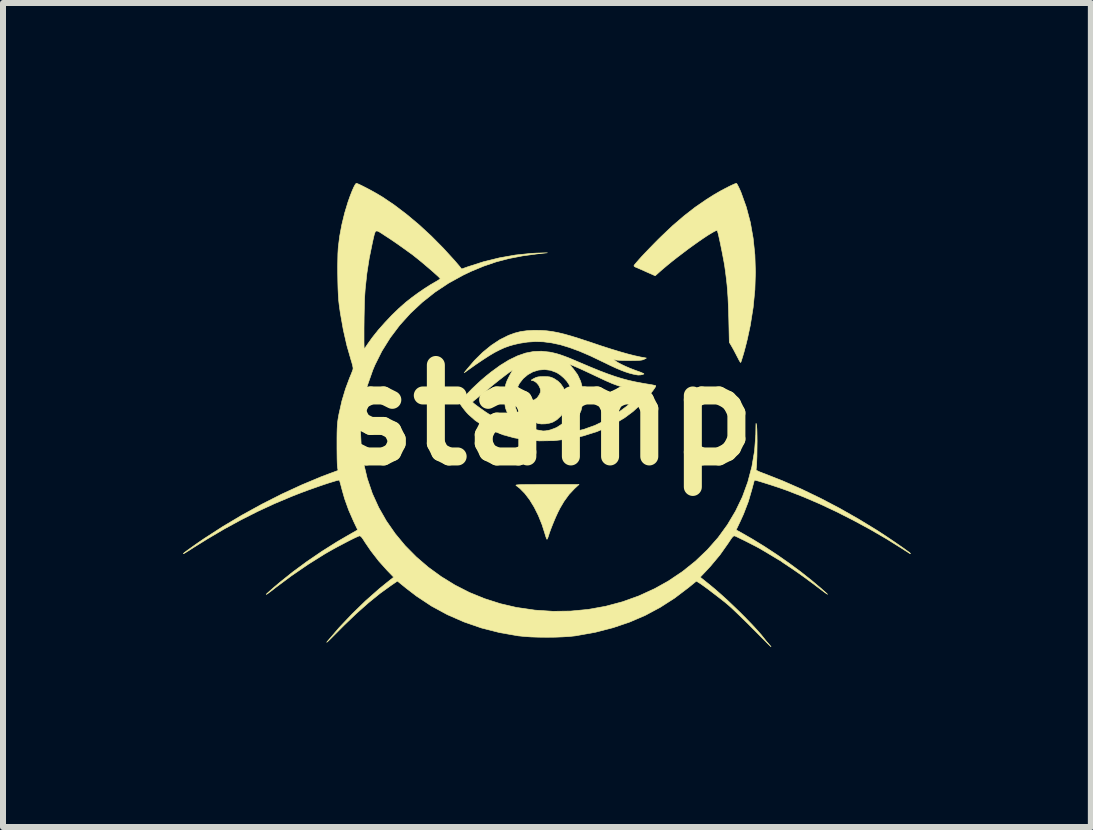
<source format=kicad_pcb>
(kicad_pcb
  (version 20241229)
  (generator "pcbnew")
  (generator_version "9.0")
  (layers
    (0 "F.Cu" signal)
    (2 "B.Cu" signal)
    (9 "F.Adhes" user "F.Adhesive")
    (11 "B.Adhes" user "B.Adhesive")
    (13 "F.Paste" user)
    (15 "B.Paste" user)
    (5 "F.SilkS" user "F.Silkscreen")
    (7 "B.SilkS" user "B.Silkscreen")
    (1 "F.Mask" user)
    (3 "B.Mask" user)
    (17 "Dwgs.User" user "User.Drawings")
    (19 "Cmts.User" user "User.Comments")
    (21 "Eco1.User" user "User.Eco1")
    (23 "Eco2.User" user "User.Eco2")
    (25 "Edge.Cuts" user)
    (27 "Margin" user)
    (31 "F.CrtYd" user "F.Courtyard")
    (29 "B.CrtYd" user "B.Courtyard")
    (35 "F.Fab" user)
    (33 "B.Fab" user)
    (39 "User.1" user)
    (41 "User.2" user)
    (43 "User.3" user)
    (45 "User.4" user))
  (footprint "stamp"
    (layer "F.Cu")
    (at 6.063 3.866)
    (property "Reference" "stamp" (at 0 0 0) (layer "F.SilkS") (effects (font (size 1.524 1.524) (thickness 0.3))))
    (attr through_hole)
    (fp_poly (pts (xy 0.458 1.227) (xy 0.368 1.323) (xy 0.284 1.439) (xy 0.219 1.549) (xy 0.185 1.616) (xy 0.147 1.698) (xy 0.109 1.788) (xy 0.073 1.878) (xy 0.043 1.959) (xy 0.031 1.997) (xy 0.018 2.036) (xy 0.007 2.062) (xy 0.001 2.07) (xy -0.006 2.059) (xy -0.017 2.029) (xy -0.03 1.988) (xy -0.031 1.984) (xy -0.082 1.824) (xy -0.143 1.673) (xy -0.212 1.535) (xy -0.288 1.411) (xy -0.369 1.305) (xy -0.453 1.22) (xy -0.508 1.178) (xy -0.515 1.173) (xy -0.516 1.169) (xy -0.51 1.165) (xy -0.495 1.163) (xy -0.469 1.161) (xy -0.429 1.159) (xy -0.373 1.158) (xy -0.3 1.157) (xy -0.207 1.157) (xy -0.092 1.156) (xy -0.002 1.156) (xy 0.535 1.156) (xy 0.458 1.227)) (stroke (width 0.01) (type solid)) (fill yes) (layer "F.SilkS"))
    (fp_poly (pts (xy 0.006 -0.64) (xy 0.046 -0.636) (xy 0.079 -0.626) (xy 0.115 -0.61) (xy 0.125 -0.604) (xy 0.183 -0.566) (xy 0.229 -0.521) (xy 0.27 -0.462) (xy 0.289 -0.427) (xy 0.306 -0.391) (xy 0.316 -0.357) (xy 0.321 -0.317) (xy 0.323 -0.262) (xy 0.323 -0.248) (xy 0.322 -0.188) (xy 0.318 -0.146) (xy 0.309 -0.112) (xy 0.294 -0.077) (xy 0.29 -0.07) (xy 0.236 0.011) (xy 0.167 0.076) (xy 0.103 0.115) (xy 0.046 0.134) (xy -0.023 0.146) (xy -0.091 0.148) (xy -0.146 0.141) (xy -0.228 0.107) (xy -0.302 0.053) (xy -0.364 -0.019) (xy -0.394 -0.07) (xy -0.407 -0.107) (xy -0.418 -0.154) (xy -0.427 -0.205) (xy -0.432 -0.256) (xy -0.433 -0.3) (xy -0.43 -0.331) (xy -0.422 -0.343) (xy -0.422 -0.343) (xy -0.407 -0.332) (xy -0.4 -0.318) (xy -0.381 -0.29) (xy -0.345 -0.265) (xy -0.302 -0.247) (xy -0.267 -0.241) (xy -0.21 -0.253) (xy -0.161 -0.288) (xy -0.125 -0.341) (xy -0.109 -0.378) (xy -0.105 -0.407) (xy -0.111 -0.439) (xy -0.114 -0.448) (xy -0.138 -0.498) (xy -0.174 -0.54) (xy -0.215 -0.568) (xy -0.239 -0.574) (xy -0.257 -0.577) (xy -0.26 -0.583) (xy -0.244 -0.594) (xy -0.216 -0.61) (xy -0.182 -0.626) (xy -0.148 -0.636) (xy -0.105 -0.64) (xy -0.051 -0.641) (xy 0.006 -0.64)) (stroke (width 0.01) (type solid)) (fill yes) (layer "F.SilkS"))
    (fp_poly (pts (xy -0.09 -1.41) (xy -0.002 -1.404) (xy 0.088 -1.392) (xy 0.184 -1.374) (xy 0.288 -1.349) (xy 0.405 -1.316) (xy 0.537 -1.275) (xy 0.689 -1.225) (xy 0.711 -1.218) (xy 0.9 -1.154) (xy 1.068 -1.1) (xy 1.216 -1.055) (xy 1.346 -1.018) (xy 1.461 -0.989) (xy 1.562 -0.967) (xy 1.607 -0.959) (xy 1.657 -0.95) (xy 1.619 -0.929) (xy 1.599 -0.921) (xy 1.571 -0.915) (xy 1.531 -0.911) (xy 1.475 -0.909) (xy 1.398 -0.908) (xy 1.391 -0.908) (xy 1.32 -0.909) (xy 1.254 -0.91) (xy 1.201 -0.913) (xy 1.164 -0.916) (xy 1.156 -0.917) (xy 1.111 -0.927) (xy 1.143 -0.901) (xy 1.181 -0.876) (xy 1.237 -0.846) (xy 1.307 -0.813) (xy 1.383 -0.78) (xy 1.461 -0.75) (xy 1.502 -0.735) (xy 1.552 -0.717) (xy 1.59 -0.701) (xy 1.613 -0.69) (xy 1.616 -0.685) (xy 1.594 -0.676) (xy 1.559 -0.669) (xy 1.522 -0.667) (xy 1.505 -0.669) (xy 1.437 -0.682) (xy 1.372 -0.699) (xy 1.304 -0.721) (xy 1.231 -0.749) (xy 1.148 -0.784) (xy 1.051 -0.829) (xy 0.936 -0.885) (xy 0.919 -0.893) (xy 0.723 -0.987) (xy 0.544 -1.064) (xy 0.378 -1.125) (xy 0.224 -1.172) (xy 0.079 -1.203) (xy -0.059 -1.221) (xy -0.194 -1.225) (xy -0.327 -1.216) (xy -0.461 -1.195) (xy -0.468 -1.193) (xy -0.551 -1.174) (xy -0.631 -1.151) (xy -0.708 -1.123) (xy -0.787 -1.087) (xy -0.871 -1.044) (xy -0.962 -0.99) (xy -1.064 -0.924) (xy -1.18 -0.846) (xy -1.308 -0.755) (xy -1.378 -0.705) (xy -1.333 -0.762) (xy -1.206 -0.911) (xy -1.07 -1.045) (xy -0.929 -1.16) (xy -0.786 -1.255) (xy -0.644 -1.326) (xy -0.635 -1.33) (xy -0.536 -1.366) (xy -0.439 -1.391) (xy -0.338 -1.405) (xy -0.223 -1.412) (xy -0.18 -1.412) (xy -0.09 -1.41)) (stroke (width 0.01) (type solid)) (fill yes) (layer "F.SilkS"))
    (fp_poly (pts (xy 3.167 -3.85) (xy 3.184 -3.819) (xy 3.206 -3.774) (xy 3.231 -3.718) (xy 3.237 -3.702) (xy 3.322 -3.465) (xy 3.389 -3.212) (xy 3.436 -2.946) (xy 3.465 -2.669) (xy 3.474 -2.383) (xy 3.465 -2.09) (xy 3.436 -1.792) (xy 3.388 -1.492) (xy 3.34 -1.268) (xy 3.322 -1.195) (xy 3.303 -1.121) (xy 3.284 -1.05) (xy 3.265 -0.986) (xy 3.249 -0.934) (xy 3.237 -0.896) (xy 3.229 -0.877) (xy 3.227 -0.876) (xy 3.218 -0.887) (xy 3.201 -0.915) (xy 3.18 -0.956) (xy 3.17 -0.975) (xy 3.141 -1.031) (xy 3.11 -1.09) (xy 3.083 -1.138) (xy 3.08 -1.143) (xy 3.039 -1.213) (xy 3.031 -1.575) (xy 3.027 -1.722) (xy 3.022 -1.849) (xy 3.017 -1.962) (xy 3.01 -2.064) (xy 3.002 -2.162) (xy 2.991 -2.262) (xy 2.978 -2.367) (xy 2.971 -2.419) (xy 2.963 -2.477) (xy 2.951 -2.548) (xy 2.936 -2.627) (xy 2.92 -2.711) (xy 2.903 -2.795) (xy 2.887 -2.874) (xy 2.871 -2.946) (xy 2.858 -3.006) (xy 2.846 -3.05) (xy 2.839 -3.073) (xy 2.838 -3.074) (xy 2.823 -3.075) (xy 2.791 -3.061) (xy 2.744 -3.034) (xy 2.683 -2.997) (xy 2.612 -2.95) (xy 2.532 -2.895) (xy 2.446 -2.834) (xy 2.356 -2.769) (xy 2.265 -2.7) (xy 2.173 -2.63) (xy 2.085 -2.561) (xy 2.002 -2.493) (xy 1.926 -2.429) (xy 1.896 -2.403) (xy 1.804 -2.321) (xy 1.655 -2.387) (xy 1.596 -2.414) (xy 1.543 -2.437) (xy 1.502 -2.455) (xy 1.477 -2.465) (xy 1.476 -2.465) (xy 1.455 -2.478) (xy 1.45 -2.488) (xy 1.462 -2.508) (xy 1.491 -2.542) (xy 1.532 -2.589) (xy 1.584 -2.647) (xy 1.645 -2.711) (xy 1.712 -2.781) (xy 1.782 -2.853) (xy 1.853 -2.925) (xy 1.902 -2.973) (xy 2.095 -3.156) (xy 2.284 -3.318) (xy 2.47 -3.463) (xy 2.659 -3.593) (xy 2.781 -3.67) (xy 2.843 -3.706) (xy 2.908 -3.743) (xy 2.975 -3.778) (xy 3.037 -3.81) (xy 3.09 -3.835) (xy 3.131 -3.853) (xy 3.155 -3.861) (xy 3.157 -3.861) (xy 3.167 -3.85)) (stroke (width 0.01) (type solid)) (fill yes) (layer "F.SilkS"))
    (fp_poly (pts (xy 0.041 -1.05) (xy 0.048 -1.049) (xy 0.109 -1.036) (xy 0.169 -1.021) (xy 0.233 -1.001) (xy 0.306 -0.975) (xy 0.39 -0.942) (xy 0.491 -0.899) (xy 0.559 -0.87) (xy 0.727 -0.799) (xy 0.876 -0.738) (xy 1.01 -0.687) (xy 1.133 -0.644) (xy 1.249 -0.608) (xy 1.361 -0.578) (xy 1.474 -0.553) (xy 1.591 -0.531) (xy 1.643 -0.522) (xy 1.705 -0.512) (xy 1.757 -0.503) (xy 1.794 -0.495) (xy 1.812 -0.49) (xy 1.813 -0.49) (xy 1.811 -0.475) (xy 1.793 -0.446) (xy 1.764 -0.405) (xy 1.724 -0.355) (xy 1.678 -0.301) (xy 1.628 -0.244) (xy 1.576 -0.19) (xy 1.563 -0.177) (xy 1.434 -0.059) (xy 1.297 0.043) (xy 1.147 0.134) (xy 1.049 0.184) (xy 0.829 0.277) (xy 0.598 0.349) (xy 0.36 0.399) (xy 0.117 0.426) (xy -0.127 0.43) (xy -0.356 0.412) (xy -0.547 0.379) (xy -0.729 0.329) (xy -0.799 0.301) (xy 0.274 0.301) (xy 0.286 0.304) (xy 0.315 0.301) (xy 0.365 0.294) (xy 0.42 0.284) (xy 0.608 0.24) (xy 0.798 0.173) (xy 0.984 0.083) (xy 1.165 -0.025) (xy 1.337 -0.152) (xy 1.497 -0.296) (xy 1.541 -0.34) (xy 1.589 -0.39) (xy 1.471 -0.413) (xy 1.404 -0.427) (xy 1.327 -0.447) (xy 1.251 -0.469) (xy 1.222 -0.478) (xy 1.171 -0.495) (xy 1.127 -0.511) (xy 1.082 -0.528) (xy 1.035 -0.549) (xy 0.979 -0.573) (xy 0.911 -0.605) (xy 0.826 -0.645) (xy 0.794 -0.66) (xy 0.701 -0.704) (xy 0.615 -0.744) (xy 0.539 -0.779) (xy 0.474 -0.807) (xy 0.425 -0.828) (xy 0.393 -0.84) (xy 0.381 -0.843) (xy 0.381 -0.843) (xy 0.389 -0.83) (xy 0.409 -0.805) (xy 0.438 -0.772) (xy 0.51 -0.674) (xy 0.562 -0.563) (xy 0.594 -0.444) (xy 0.606 -0.321) (xy 0.597 -0.196) (xy 0.568 -0.076) (xy 0.518 0.038) (xy 0.497 0.072) (xy 0.448 0.137) (xy 0.389 0.202) (xy 0.327 0.258) (xy 0.294 0.282) (xy 0.278 0.294) (xy 0.274 0.301) (xy -0.799 0.301) (xy -0.9 0.263) (xy -1.056 0.182) (xy -1.195 0.089) (xy -1.309 -0.012) (xy -1.337 -0.042) (xy -1.369 -0.08) (xy -1.4 -0.12) (xy -1.426 -0.155) (xy -1.443 -0.181) (xy -1.448 -0.191) (xy -1.439 -0.217) (xy -1.241 -0.217) (xy -1.232 -0.207) (xy -1.207 -0.185) (xy -1.169 -0.156) (xy -1.121 -0.121) (xy -1.069 -0.084) (xy -1.017 -0.048) (xy -0.975 -0.021) (xy -0.924 0.009) (xy -0.862 0.043) (xy -0.794 0.078) (xy -0.723 0.113) (xy -0.655 0.145) (xy -0.594 0.172) (xy -0.545 0.192) (xy -0.513 0.202) (xy -0.51 0.203) (xy -0.514 0.194) (xy -0.53 0.173) (xy -0.538 0.162) (xy -0.588 0.091) (xy -0.636 0.008) (xy -0.675 -0.075) (xy -0.675 -0.076) (xy -0.688 -0.112) (xy -0.696 -0.148) (xy -0.701 -0.192) (xy -0.702 -0.22) (xy -0.538 -0.22) (xy -0.521 -0.116) (xy -0.484 -0.018) (xy -0.429 0.07) (xy -0.358 0.145) (xy -0.273 0.204) (xy -0.178 0.245) (xy -0.074 0.264) (xy -0.057 0.265) (xy -0.023 0.263) (xy 0.023 0.255) (xy 0.058 0.247) (xy 0.161 0.208) (xy 0.25 0.15) (xy 0.322 0.077) (xy 0.377 -0.009) (xy 0.414 -0.105) (xy 0.431 -0.208) (xy 0.428 -0.316) (xy 0.403 -0.426) (xy 0.367 -0.511) (xy 0.332 -0.563) (xy 0.282 -0.618) (xy 0.224 -0.668) (xy 0.166 -0.706) (xy 0.16 -0.709) (xy 0.061 -0.746) (xy -0.04 -0.759) (xy -0.139 -0.75) (xy -0.233 -0.721) (xy -0.319 -0.673) (xy -0.396 -0.608) (xy -0.459 -0.527) (xy -0.505 -0.432) (xy -0.533 -0.329) (xy -0.538 -0.22) (xy -0.702 -0.22) (xy -0.703 -0.25) (xy -0.704 -0.305) (xy -0.703 -0.389) (xy -0.697 -0.457) (xy -0.685 -0.515) (xy -0.665 -0.571) (xy -0.634 -0.634) (xy -0.614 -0.672) (xy -0.568 -0.753) (xy -0.626 -0.713) (xy -0.653 -0.693) (xy -0.693 -0.663) (xy -0.741 -0.626) (xy -0.793 -0.586) (xy -0.844 -0.545) (xy -0.892 -0.507) (xy -0.93 -0.475) (xy -0.956 -0.453) (xy -0.965 -0.444) (xy -0.977 -0.434) (xy -1.005 -0.411) (xy -1.045 -0.378) (xy -1.093 -0.34) (xy -1.105 -0.331) (xy -1.154 -0.291) (xy -1.196 -0.257) (xy -1.226 -0.232) (xy -1.24 -0.218) (xy -1.241 -0.217) (xy -1.439 -0.217) (xy -1.438 -0.218) (xy -1.411 -0.259) (xy -1.369 -0.31) (xy -1.314 -0.37) (xy -1.249 -0.437) (xy -1.176 -0.506) (xy -1.098 -0.578) (xy -1.016 -0.648) (xy -0.934 -0.714) (xy -0.933 -0.715) (xy -0.778 -0.828) (xy -0.632 -0.918) (xy -0.491 -0.986) (xy -0.356 -1.033) (xy -0.223 -1.059) (xy -0.091 -1.064) (xy 0.041 -1.05)) (stroke (width 0.01) (type solid)) (fill yes) (layer "F.SilkS"))
    (fp_poly (pts (xy -3.154 -3.855) (xy -3.116 -3.838) (xy -3.065 -3.813) (xy -3.004 -3.782) (xy -2.938 -3.747) (xy -2.871 -3.71) (xy -2.807 -3.673) (xy -2.751 -3.639) (xy -2.748 -3.638) (xy -2.546 -3.502) (xy -2.339 -3.345) (xy -2.131 -3.171) (xy -1.926 -2.982) (xy -1.728 -2.782) (xy -1.539 -2.575) (xy -1.456 -2.478) (xy -1.421 -2.434) (xy -1.323 -2.469) (xy -1.058 -2.554) (xy -0.79 -2.62) (xy -0.523 -2.667) (xy -0.262 -2.694) (xy -0.165 -2.699) (xy 0.006 -2.704) (xy -0.159 -2.686) (xy -0.403 -2.653) (xy -0.63 -2.609) (xy -0.845 -2.553) (xy -1.053 -2.482) (xy -1.261 -2.396) (xy -1.395 -2.332) (xy -1.637 -2.199) (xy -1.865 -2.048) (xy -2.078 -1.879) (xy -2.275 -1.695) (xy -2.453 -1.498) (xy -2.612 -1.287) (xy -2.75 -1.066) (xy -2.865 -0.836) (xy -2.901 -0.751) (xy -2.99 -0.497) (xy -3.054 -0.241) (xy -3.092 0.016) (xy -3.106 0.275) (xy -3.093 0.535) (xy -3.056 0.797) (xy -2.993 1.06) (xy -2.991 1.065) (xy -2.909 1.307) (xy -2.803 1.54) (xy -2.676 1.763) (xy -2.528 1.976) (xy -2.362 2.176) (xy -2.177 2.363) (xy -1.977 2.535) (xy -1.761 2.692) (xy -1.532 2.833) (xy -1.291 2.956) (xy -1.038 3.059) (xy -0.775 3.143) (xy -0.505 3.206) (xy -0.502 3.206) (xy -0.201 3.25) (xy 0.099 3.27) (xy 0.396 3.266) (xy 0.69 3.238) (xy 0.978 3.186) (xy 1.259 3.111) (xy 1.532 3.013) (xy 1.796 2.892) (xy 2.022 2.766) (xy 2.259 2.607) (xy 2.476 2.433) (xy 2.674 2.244) (xy 2.852 2.042) (xy 3.008 1.827) (xy 3.143 1.6) (xy 3.257 1.363) (xy 3.347 1.116) (xy 3.415 0.859) (xy 3.46 0.595) (xy 3.48 0.323) (xy 3.481 0.262) (xy 3.482 0.198) (xy 3.483 0.157) (xy 3.484 0.139) (xy 3.486 0.14) (xy 3.49 0.159) (xy 3.495 0.196) (xy 3.495 0.197) (xy 3.498 0.233) (xy 3.5 0.288) (xy 3.501 0.357) (xy 3.502 0.436) (xy 3.501 0.52) (xy 3.5 0.606) (xy 3.499 0.688) (xy 3.496 0.762) (xy 3.494 0.825) (xy 3.49 0.871) (xy 3.487 0.896) (xy 3.486 0.896) (xy 3.485 0.908) (xy 3.491 0.919) (xy 3.509 0.93) (xy 3.541 0.945) (xy 3.592 0.965) (xy 3.628 0.978) (xy 3.93 1.097) (xy 4.242 1.234) (xy 4.559 1.387) (xy 4.876 1.553) (xy 5.189 1.731) (xy 5.494 1.917) (xy 5.588 1.978) (xy 5.661 2.026) (xy 5.735 2.076) (xy 5.809 2.126) (xy 5.878 2.174) (xy 5.94 2.217) (xy 5.992 2.255) (xy 6.031 2.283) (xy 6.053 2.302) (xy 6.058 2.307) (xy 6.057 2.309) (xy 6.05 2.308) (xy 6.036 2.3) (xy 6.01 2.283) (xy 5.968 2.257) (xy 5.925 2.229) (xy 5.661 2.064) (xy 5.387 1.905) (xy 5.106 1.753) (xy 4.824 1.61) (xy 4.545 1.479) (xy 4.272 1.362) (xy 4.011 1.26) (xy 3.905 1.222) (xy 3.822 1.194) (xy 3.74 1.167) (xy 3.661 1.142) (xy 3.591 1.12) (xy 3.532 1.102) (xy 3.488 1.09) (xy 3.463 1.084) (xy 3.458 1.084) (xy 3.453 1.098) (xy 3.444 1.131) (xy 3.431 1.178) (xy 3.416 1.235) (xy 3.355 1.444) (xy 3.275 1.652) (xy 3.22 1.773) (xy 3.153 1.914) (xy 3.231 1.956) (xy 3.424 2.067) (xy 3.626 2.191) (xy 3.83 2.325) (xy 4.032 2.466) (xy 4.227 2.61) (xy 4.41 2.755) (xy 4.576 2.895) (xy 4.642 2.954) (xy 4.662 2.972) (xy 4.673 2.984) (xy 4.675 2.987) (xy 4.665 2.98) (xy 4.641 2.964) (xy 4.603 2.936) (xy 4.548 2.895) (xy 4.475 2.84) (xy 4.443 2.815) (xy 4.366 2.759) (xy 4.285 2.699) (xy 4.205 2.642) (xy 4.133 2.592) (xy 4.081 2.556) (xy 4.026 2.52) (xy 3.98 2.489) (xy 3.945 2.466) (xy 3.926 2.453) (xy 3.924 2.451) (xy 3.909 2.44) (xy 3.893 2.429) (xy 3.867 2.414) (xy 3.825 2.389) (xy 3.772 2.357) (xy 3.715 2.323) (xy 3.659 2.289) (xy 3.609 2.26) (xy 3.571 2.237) (xy 3.569 2.236) (xy 3.534 2.216) (xy 3.484 2.189) (xy 3.425 2.159) (xy 3.361 2.126) (xy 3.296 2.093) (xy 3.236 2.064) (xy 3.185 2.039) (xy 3.148 2.021) (xy 3.129 2.014) (xy 3.116 2.013) (xy 3.102 2.022) (xy 3.083 2.042) (xy 3.058 2.078) (xy 3.022 2.132) (xy 3.019 2.137) (xy 2.882 2.331) (xy 2.724 2.52) (xy 2.659 2.59) (xy 2.554 2.701) (xy 2.715 2.83) (xy 2.804 2.904) (xy 2.902 2.99) (xy 3.006 3.084) (xy 3.112 3.185) (xy 3.218 3.287) (xy 3.32 3.39) (xy 3.415 3.488) (xy 3.5 3.58) (xy 3.572 3.662) (xy 3.627 3.731) (xy 3.629 3.734) (xy 3.661 3.774) (xy 3.696 3.814) (xy 3.701 3.82) (xy 3.722 3.844) (xy 3.733 3.858) (xy 3.733 3.86) (xy 3.723 3.851) (xy 3.697 3.826) (xy 3.658 3.787) (xy 3.607 3.736) (xy 3.547 3.676) (xy 3.48 3.608) (xy 3.429 3.557) (xy 3.352 3.479) (xy 3.274 3.403) (xy 3.2 3.331) (xy 3.133 3.267) (xy 3.076 3.213) (xy 3.031 3.173) (xy 3.016 3.16) (xy 2.962 3.115) (xy 2.897 3.064) (xy 2.826 3.009) (xy 2.754 2.954) (xy 2.685 2.901) (xy 2.623 2.856) (xy 2.572 2.819) (xy 2.536 2.795) (xy 2.536 2.795) (xy 2.49 2.767) (xy 2.359 2.874) (xy 2.127 3.05) (xy 1.887 3.204) (xy 1.637 3.338) (xy 1.376 3.45) (xy 1.101 3.543) (xy 0.811 3.618) (xy 0.505 3.673) (xy 0.47 3.679) (xy 0.375 3.689) (xy 0.261 3.696) (xy 0.134 3.701) (xy 0.001 3.702) (xy -0.132 3.701) (xy -0.26 3.697) (xy -0.376 3.689) (xy -0.473 3.679) (xy -0.476 3.679) (xy -0.79 3.624) (xy -1.092 3.547) (xy -1.381 3.447) (xy -1.658 3.326) (xy -1.922 3.183) (xy -2.173 3.017) (xy -2.349 2.882) (xy -2.491 2.766) (xy -2.595 2.837) (xy -2.779 2.97) (xy -2.973 3.127) (xy -3.175 3.306) (xy -3.384 3.506) (xy -3.494 3.617) (xy -3.552 3.675) (xy -3.6 3.723) (xy -3.636 3.758) (xy -3.66 3.78) (xy -3.669 3.786) (xy -3.662 3.775) (xy -3.659 3.772) (xy -3.462 3.542) (xy -3.247 3.315) (xy -3.023 3.097) (xy -2.793 2.894) (xy -2.664 2.789) (xy -2.553 2.701) (xy -2.664 2.586) (xy -2.802 2.432) (xy -2.933 2.263) (xy -3.03 2.121) (xy -3.063 2.069) (xy -3.087 2.036) (xy -3.104 2.019) (xy -3.119 2.013) (xy -3.129 2.014) (xy -3.158 2.026) (xy -3.204 2.047) (xy -3.265 2.077) (xy -3.335 2.113) (xy -3.411 2.153) (xy -3.489 2.194) (xy -3.564 2.235) (xy -3.633 2.274) (xy -3.692 2.308) (xy -3.696 2.31) (xy -3.98 2.488) (xy -4.26 2.68) (xy -4.515 2.87) (xy -4.584 2.924) (xy -4.634 2.961) (xy -4.665 2.983) (xy -4.677 2.989) (xy -4.671 2.98) (xy -4.646 2.957) (xy -4.604 2.919) (xy -4.543 2.866) (xy -4.465 2.8) (xy -4.451 2.788) (xy -4.235 2.615) (xy -3.999 2.441) (xy -3.751 2.272) (xy -3.496 2.111) (xy -3.326 2.012) (xy -3.153 1.913) (xy -3.22 1.773) (xy -3.304 1.581) (xy -3.371 1.394) (xy -3.415 1.239) (xy -3.43 1.181) (xy -3.443 1.133) (xy -3.453 1.099) (xy -3.458 1.085) (xy -3.458 1.085) (xy -3.473 1.085) (xy -3.509 1.093) (xy -3.562 1.109) (xy -3.631 1.13) (xy -3.71 1.156) (xy -3.798 1.186) (xy -3.891 1.219) (xy -3.987 1.253) (xy -4.081 1.288) (xy -4.172 1.323) (xy -4.248 1.353) (xy -4.538 1.475) (xy -4.819 1.605) (xy -5.096 1.745) (xy -5.375 1.897) (xy -5.66 2.065) (xy -5.893 2.21) (xy -5.955 2.25) (xy -6 2.278) (xy -6.029 2.296) (xy -6.047 2.306) (xy -6.055 2.309) (xy -6.058 2.309) (xy -6.058 2.307) (xy -6.048 2.298) (xy -6.02 2.276) (xy -5.979 2.246) (xy -5.926 2.208) (xy -5.867 2.166) (xy -5.803 2.121) (xy -5.738 2.077) (xy -5.715 2.061) (xy -5.404 1.86) (xy -5.082 1.668) (xy -4.751 1.486) (xy -4.418 1.317) (xy -4.086 1.164) (xy -3.761 1.028) (xy -3.61 0.971) (xy -3.48 0.923) (xy -3.489 0.871) (xy -3.492 0.845) (xy -3.494 0.797) (xy -3.496 0.731) (xy -3.497 0.652) (xy -3.498 0.564) (xy -3.498 0.483) (xy -3.498 0.378) (xy -3.497 0.295) (xy -3.495 0.228) (xy -3.492 0.172) (xy -3.488 0.124) (xy -3.482 0.078) (xy -3.474 0.03) (xy -3.464 -0.024) (xy -3.463 -0.027) (xy -3.416 -0.236) (xy -3.356 -0.436) (xy -3.289 -0.616) (xy -3.266 -0.671) (xy -3.247 -0.719) (xy -3.234 -0.755) (xy -3.23 -0.769) (xy -3.231 -0.792) (xy -3.239 -0.832) (xy -3.253 -0.883) (xy -3.263 -0.915) (xy -3.333 -1.158) (xy -3.361 -1.281) (xy -3.048 -1.281) (xy -3.048 -1.212) (xy -3.047 -1.157) (xy -3.046 -1.12) (xy -3.044 -1.105) (xy -3.043 -1.105) (xy -3.035 -1.115) (xy -3.016 -1.14) (xy -2.992 -1.176) (xy -2.991 -1.178) (xy -2.909 -1.293) (xy -2.811 -1.416) (xy -2.7 -1.541) (xy -2.583 -1.665) (xy -2.464 -1.78) (xy -2.348 -1.882) (xy -2.343 -1.886) (xy -2.251 -1.958) (xy -2.149 -2.033) (xy -2.044 -2.105) (xy -1.944 -2.169) (xy -1.863 -2.216) (xy -1.822 -2.24) (xy -1.792 -2.259) (xy -1.778 -2.272) (xy -1.778 -2.273) (xy -1.787 -2.285) (xy -1.813 -2.311) (xy -1.853 -2.347) (xy -1.902 -2.391) (xy -1.959 -2.44) (xy -2.02 -2.492) (xy -2.081 -2.544) (xy -2.141 -2.593) (xy -2.195 -2.636) (xy -2.24 -2.672) (xy -2.269 -2.693) (xy -2.289 -2.707) (xy -2.325 -2.733) (xy -2.372 -2.767) (xy -2.421 -2.802) (xy -2.483 -2.846) (xy -2.557 -2.897) (xy -2.633 -2.948) (xy -2.698 -2.99) (xy -2.755 -3.028) (xy -2.797 -3.054) (xy -2.827 -3.067) (xy -2.848 -3.066) (xy -2.863 -3.048) (xy -2.876 -3.011) (xy -2.89 -2.954) (xy -2.907 -2.875) (xy -2.909 -2.867) (xy -2.961 -2.613) (xy -3 -2.362) (xy -3.028 -2.102) (xy -3.035 -2) (xy -3.038 -1.953) (xy -3.04 -1.89) (xy -3.042 -1.814) (xy -3.044 -1.728) (xy -3.046 -1.637) (xy -3.047 -1.543) (xy -3.048 -1.45) (xy -3.048 -1.362) (xy -3.048 -1.281) (xy -3.361 -1.281) (xy -3.393 -1.422) (xy -3.443 -1.705) (xy -3.462 -1.841) (xy -3.47 -1.913) (xy -3.476 -2.005) (xy -3.481 -2.112) (xy -3.484 -2.229) (xy -3.486 -2.35) (xy -3.487 -2.47) (xy -3.485 -2.584) (xy -3.483 -2.687) (xy -3.478 -2.774) (xy -3.476 -2.8) (xy -3.453 -2.982) (xy -3.417 -3.174) (xy -3.37 -3.367) (xy -3.314 -3.552) (xy -3.281 -3.645) (xy -3.247 -3.732) (xy -3.219 -3.796) (xy -3.197 -3.837) (xy -3.181 -3.858) (xy -3.174 -3.861) (xy -3.154 -3.855)) (stroke (width 0.01) (type solid)) (fill yes) (layer "F.SilkS")))
  (gr_rect
    (start -3 -3)
    (end 15.126 10.73)
    (stroke (width 0.1) (type default))
    (fill no)
    (layer "Edge.Cuts")))
</source>
